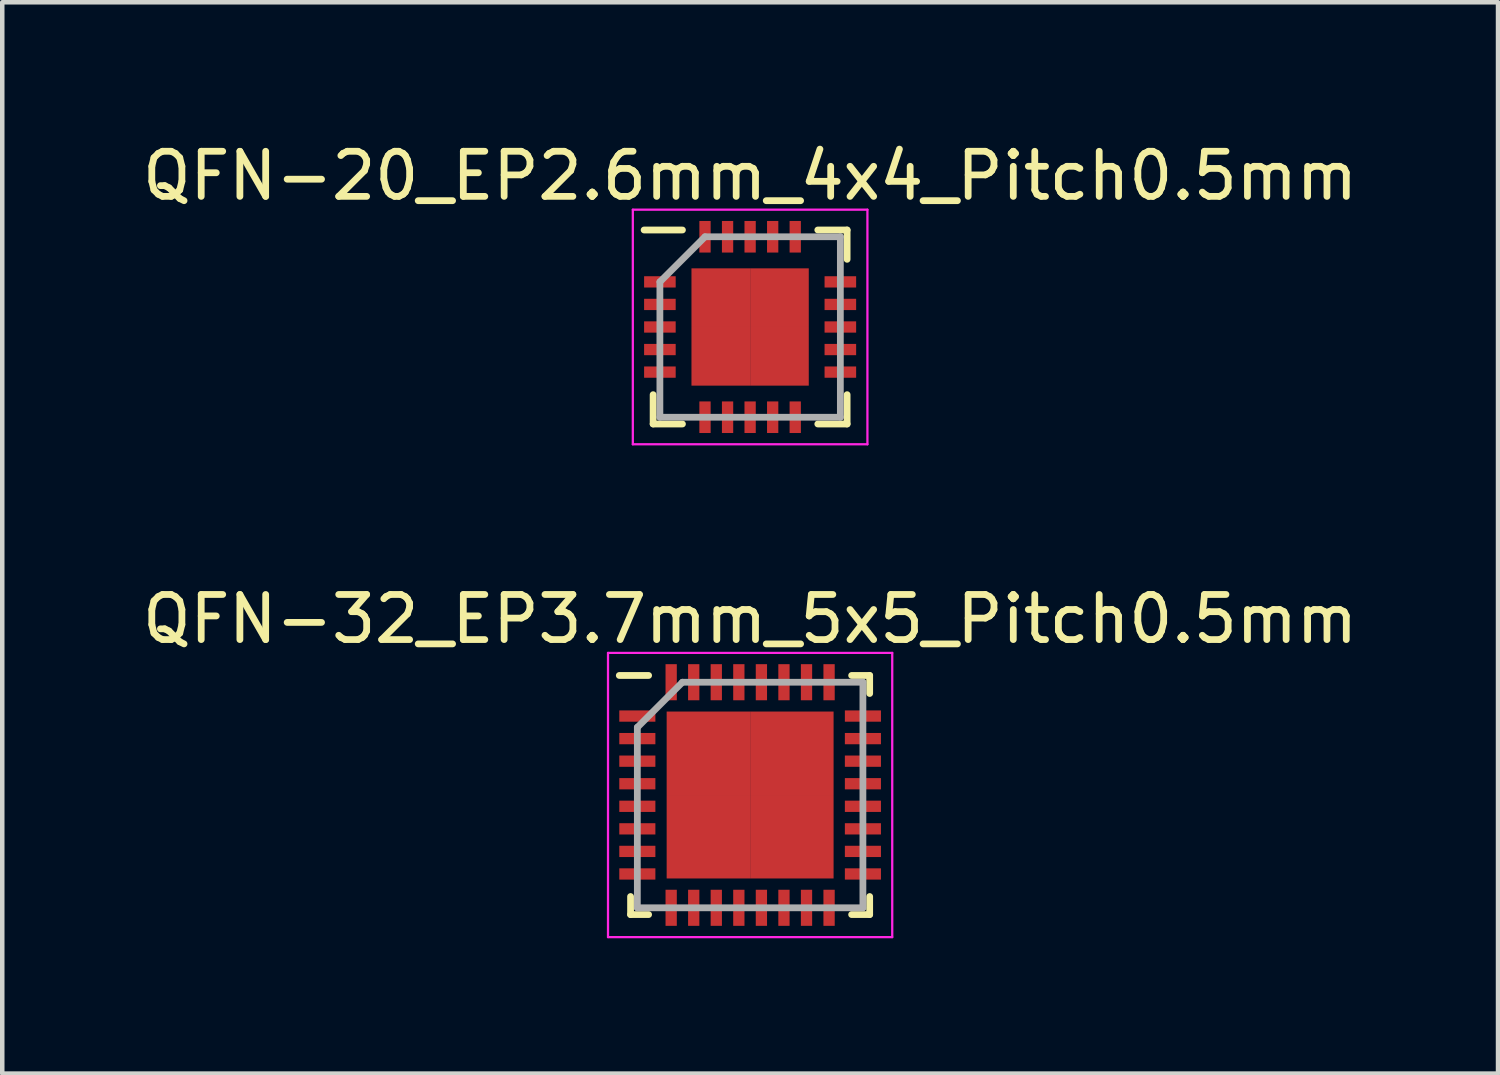
<source format=kicad_pcb>
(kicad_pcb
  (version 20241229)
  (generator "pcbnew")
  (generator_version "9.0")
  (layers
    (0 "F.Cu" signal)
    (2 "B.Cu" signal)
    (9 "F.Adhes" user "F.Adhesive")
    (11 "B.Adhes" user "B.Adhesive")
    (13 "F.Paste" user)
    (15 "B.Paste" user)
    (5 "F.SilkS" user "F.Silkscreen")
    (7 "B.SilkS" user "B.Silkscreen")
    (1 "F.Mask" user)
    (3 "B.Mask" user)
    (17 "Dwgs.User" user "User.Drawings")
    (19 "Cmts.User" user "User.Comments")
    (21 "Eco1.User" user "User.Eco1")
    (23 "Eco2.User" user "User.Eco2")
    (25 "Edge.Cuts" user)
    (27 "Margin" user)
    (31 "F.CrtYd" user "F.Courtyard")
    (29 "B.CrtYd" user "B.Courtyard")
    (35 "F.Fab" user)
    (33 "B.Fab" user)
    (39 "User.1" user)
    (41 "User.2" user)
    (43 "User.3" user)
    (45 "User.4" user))
  (footprint "QFN-32_EP3.7mm_5x5_Pitch0.5mm"
    (layer "F.Cu")
    (at 13.577 14.572)
    (property "Reference" "QFN-32_EP3.7mm_5x5_Pitch0.5mm" (at 0 -3.9 0) (layer "F.SilkS") (effects (font (size 1 1) (thickness 0.15))))
    (attr smd)
    (fp_line (start -2.65 2.65) (end -2.65 2.25) (stroke (width 0.15) (type solid)) (layer "F.SilkS"))
    (fp_line (start -2.25 -2.65) (end -2.9 -2.65) (stroke (width 0.15) (type solid)) (layer "F.SilkS"))
    (fp_line (start -2.25 2.65) (end -2.65 2.65) (stroke (width 0.15) (type solid)) (layer "F.SilkS"))
    (fp_line (start 2.25 -2.65) (end 2.65 -2.65) (stroke (width 0.15) (type solid)) (layer "F.SilkS"))
    (fp_line (start 2.25 2.65) (end 2.65 2.65) (stroke (width 0.15) (type solid)) (layer "F.SilkS"))
    (fp_line (start 2.65 -2.65) (end 2.65 -2.25) (stroke (width 0.15) (type solid)) (layer "F.SilkS"))
    (fp_line (start 2.65 2.65) (end 2.65 2.25) (stroke (width 0.15) (type solid)) (layer "F.SilkS"))
    (fp_line (start -3.15 -3.15) (end 3.15 -3.15) (stroke (width 0.05) (type solid)) (layer "F.CrtYd"))
    (fp_line (start -3.15 3.15) (end -3.15 -3.15) (stroke (width 0.05) (type solid)) (layer "F.CrtYd"))
    (fp_line (start 3.15 -3.15) (end 3.15 3.15) (stroke (width 0.05) (type solid)) (layer "F.CrtYd"))
    (fp_line (start 3.15 3.15) (end -3.15 3.15) (stroke (width 0.05) (type solid)) (layer "F.CrtYd"))
    (fp_line (start -2.5 -1.5) (end -2.5 2.5) (stroke (width 0.15) (type solid)) (layer "F.Fab"))
    (fp_line (start -2.5 2.5) (end 2.5 2.5) (stroke (width 0.15) (type solid)) (layer "F.Fab"))
    (fp_line (start -1.5 -2.5) (end -2.5 -1.5) (stroke (width 0.15) (type solid)) (layer "F.Fab"))
    (fp_line (start 2.5 -2.5) (end -1.5 -2.5) (stroke (width 0.15) (type solid)) (layer "F.Fab"))
    (fp_line (start 2.5 2.5) (end 2.5 -2.5) (stroke (width 0.15) (type solid)) (layer "F.Fab"))
    (pad "1" smd rect (at -2.5 -1.75 90) (size 0.25 0.8) (layers "F.Cu" "F.Mask" "F.Paste"))
    (pad "2" smd rect (at -2.5 -1.25 90) (size 0.25 0.8) (layers "F.Cu" "F.Mask" "F.Paste"))
    (pad "3" smd rect (at -2.5 -0.75 90) (size 0.25 0.8) (layers "F.Cu" "F.Mask" "F.Paste"))
    (pad "4" smd rect (at -2.5 -0.25 90) (size 0.25 0.8) (layers "F.Cu" "F.Mask" "F.Paste"))
    (pad "5" smd rect (at -2.5 0.25 90) (size 0.25 0.8) (layers "F.Cu" "F.Mask" "F.Paste"))
    (pad "6" smd rect (at -2.5 0.75 90) (size 0.25 0.8) (layers "F.Cu" "F.Mask" "F.Paste"))
    (pad "7" smd rect (at -2.5 1.25 90) (size 0.25 0.8) (layers "F.Cu" "F.Mask" "F.Paste"))
    (pad "8" smd rect (at -2.5 1.75 90) (size 0.25 0.8) (layers "F.Cu" "F.Mask" "F.Paste"))
    (pad "9" smd rect (at -1.75 2.5) (size 0.25 0.8) (layers "F.Cu" "F.Mask" "F.Paste"))
    (pad "10" smd rect (at -1.25 2.5) (size 0.25 0.8) (layers "F.Cu" "F.Mask" "F.Paste"))
    (pad "11" smd rect (at -0.75 2.5) (size 0.25 0.8) (layers "F.Cu" "F.Mask" "F.Paste"))
    (pad "12" smd rect (at -0.25 2.5) (size 0.25 0.8) (layers "F.Cu" "F.Mask" "F.Paste"))
    (pad "13" smd rect (at 0.25 2.5) (size 0.25 0.8) (layers "F.Cu" "F.Mask" "F.Paste"))
    (pad "14" smd rect (at 0.75 2.5) (size 0.25 0.8) (layers "F.Cu" "F.Mask" "F.Paste"))
    (pad "15" smd rect (at 1.25 2.5) (size 0.25 0.8) (layers "F.Cu" "F.Mask" "F.Paste"))
    (pad "16" smd rect (at 1.75 2.5) (size 0.25 0.8) (layers "F.Cu" "F.Mask" "F.Paste"))
    (pad "17" smd rect (at 2.5 1.75 90) (size 0.25 0.8) (layers "F.Cu" "F.Mask" "F.Paste"))
    (pad "18" smd rect (at 2.5 1.25 90) (size 0.25 0.8) (layers "F.Cu" "F.Mask" "F.Paste"))
    (pad "19" smd rect (at 2.5 0.75 90) (size 0.25 0.8) (layers "F.Cu" "F.Mask" "F.Paste"))
    (pad "20" smd rect (at 2.5 0.25 90) (size 0.25 0.8) (layers "F.Cu" "F.Mask" "F.Paste"))
    (pad "21" smd rect (at 2.5 -0.25 90) (size 0.25 0.8) (layers "F.Cu" "F.Mask" "F.Paste"))
    (pad "22" smd rect (at 2.5 -0.75 90) (size 0.25 0.8) (layers "F.Cu" "F.Mask" "F.Paste"))
    (pad "23" smd rect (at 2.5 -1.25 90) (size 0.25 0.8) (layers "F.Cu" "F.Mask" "F.Paste"))
    (pad "24" smd rect (at 2.5 -1.75 90) (size 0.25 0.8) (layers "F.Cu" "F.Mask" "F.Paste"))
    (pad "25" smd rect (at 1.75 -2.5) (size 0.25 0.8) (layers "F.Cu" "F.Mask" "F.Paste"))
    (pad "26" smd rect (at 1.25 -2.5) (size 0.25 0.8) (layers "F.Cu" "F.Mask" "F.Paste"))
    (pad "27" smd rect (at 0.75 -2.5) (size 0.25 0.8) (layers "F.Cu" "F.Mask" "F.Paste"))
    (pad "28" smd rect (at 0.25 -2.5) (size 0.25 0.8) (layers "F.Cu" "F.Mask" "F.Paste"))
    (pad "29" smd rect (at -0.25 -2.5) (size 0.25 0.8) (layers "F.Cu" "F.Mask" "F.Paste"))
    (pad "30" smd rect (at -0.75 -2.5) (size 0.25 0.8) (layers "F.Cu" "F.Mask" "F.Paste"))
    (pad "31" smd rect (at -1.25 -2.5) (size 0.25 0.8) (layers "F.Cu" "F.Mask" "F.Paste"))
    (pad "32" smd rect (at -1.75 -2.5) (size 0.25 0.8) (layers "F.Cu" "F.Mask" "F.Paste"))
    (pad "33" smd rect (at -0.925 -0.925) (size 1.85 1.85) (layers "F.Cu" "F.Mask" "F.Paste"))
    (pad "33" smd rect (at -0.925 0.925) (size 1.85 1.85) (layers "F.Cu" "F.Mask" "F.Paste"))
    (pad "33" smd rect (at 0.925 -0.925) (size 1.85 1.85) (layers "F.Cu" "F.Mask" "F.Paste"))
    (pad "33" smd rect (at 0.925 0.925) (size 1.85 1.85) (layers "F.Cu" "F.Mask" "F.Paste")))
  (footprint "QFN-20_EP2.6mm_4x4_Pitch0.5mm"
    (layer "F.Cu")
    (at 13.577 4.198)
    (property "Reference" "QFN-20_EP2.6mm_4x4_Pitch0.5mm" (at 0 -3.35 0) (layer "F.SilkS") (effects (font (size 1 1) (thickness 0.15))))
    (attr smd)
    (fp_line (start -2.15 2.15) (end -2.15 1.5) (stroke (width 0.15) (type solid)) (layer "F.SilkS"))
    (fp_line (start -1.5 -2.15) (end -2.35 -2.15) (stroke (width 0.15) (type solid)) (layer "F.SilkS"))
    (fp_line (start -1.5 2.15) (end -2.15 2.15) (stroke (width 0.15) (type solid)) (layer "F.SilkS"))
    (fp_line (start 1.5 -2.15) (end 2.15 -2.15) (stroke (width 0.15) (type solid)) (layer "F.SilkS"))
    (fp_line (start 1.5 2.15) (end 2.15 2.15) (stroke (width 0.15) (type solid)) (layer "F.SilkS"))
    (fp_line (start 2.15 -2.15) (end 2.15 -1.5) (stroke (width 0.15) (type solid)) (layer "F.SilkS"))
    (fp_line (start 2.15 2.15) (end 2.15 1.5) (stroke (width 0.15) (type solid)) (layer "F.SilkS"))
    (fp_line (start -2.6 -2.6) (end 2.6 -2.6) (stroke (width 0.05) (type solid)) (layer "F.CrtYd"))
    (fp_line (start -2.6 2.6) (end -2.6 -2.6) (stroke (width 0.05) (type solid)) (layer "F.CrtYd"))
    (fp_line (start 2.6 -2.6) (end 2.6 2.6) (stroke (width 0.05) (type solid)) (layer "F.CrtYd"))
    (fp_line (start 2.6 2.6) (end -2.6 2.6) (stroke (width 0.05) (type solid)) (layer "F.CrtYd"))
    (fp_line (start -2 -1) (end -2 2) (stroke (width 0.15) (type solid)) (layer "F.Fab"))
    (fp_line (start -2 2) (end 2 2) (stroke (width 0.15) (type solid)) (layer "F.Fab"))
    (fp_line (start -1 -2) (end -2 -1) (stroke (width 0.15) (type solid)) (layer "F.Fab"))
    (fp_line (start 2 -2) (end -1 -2) (stroke (width 0.15) (type solid)) (layer "F.Fab"))
    (fp_line (start 2 2) (end 2 -2) (stroke (width 0.15) (type solid)) (layer "F.Fab"))
    (pad "1" smd rect (at -2 -1 90) (size 0.25 0.7) (layers "F.Cu" "F.Mask" "F.Paste"))
    (pad "2" smd rect (at -2 -0.5 90) (size 0.25 0.7) (layers "F.Cu" "F.Mask" "F.Paste"))
    (pad "3" smd rect (at -2 0 90) (size 0.25 0.7) (layers "F.Cu" "F.Mask" "F.Paste"))
    (pad "4" smd rect (at -2 0.5 90) (size 0.25 0.7) (layers "F.Cu" "F.Mask" "F.Paste"))
    (pad "5" smd rect (at -2 1 90) (size 0.25 0.7) (layers "F.Cu" "F.Mask" "F.Paste"))
    (pad "6" smd rect (at -1 2) (size 0.25 0.7) (layers "F.Cu" "F.Mask" "F.Paste"))
    (pad "7" smd rect (at -0.5 2) (size 0.25 0.7) (layers "F.Cu" "F.Mask" "F.Paste"))
    (pad "8" smd rect (at 0 2) (size 0.25 0.7) (layers "F.Cu" "F.Mask" "F.Paste"))
    (pad "9" smd rect (at 0.5 2) (size 0.25 0.7) (layers "F.Cu" "F.Mask" "F.Paste"))
    (pad "10" smd rect (at 1 2) (size 0.25 0.7) (layers "F.Cu" "F.Mask" "F.Paste"))
    (pad "11" smd rect (at 2 1 90) (size 0.25 0.7) (layers "F.Cu" "F.Mask" "F.Paste"))
    (pad "12" smd rect (at 2 0.5 90) (size 0.25 0.7) (layers "F.Cu" "F.Mask" "F.Paste"))
    (pad "13" smd rect (at 2 0 90) (size 0.25 0.7) (layers "F.Cu" "F.Mask" "F.Paste"))
    (pad "14" smd rect (at 2 -0.5 90) (size 0.25 0.7) (layers "F.Cu" "F.Mask" "F.Paste"))
    (pad "15" smd rect (at 2 -1 90) (size 0.25 0.7) (layers "F.Cu" "F.Mask" "F.Paste"))
    (pad "16" smd rect (at 1 -2) (size 0.25 0.7) (layers "F.Cu" "F.Mask" "F.Paste"))
    (pad "17" smd rect (at 0.5 -2) (size 0.25 0.7) (layers "F.Cu" "F.Mask" "F.Paste"))
    (pad "18" smd rect (at 0 -2) (size 0.25 0.7) (layers "F.Cu" "F.Mask" "F.Paste"))
    (pad "19" smd rect (at -0.5 -2) (size 0.25 0.7) (layers "F.Cu" "F.Mask" "F.Paste"))
    (pad "20" smd rect (at -1 -2) (size 0.25 0.7) (layers "F.Cu" "F.Mask" "F.Paste"))
    (pad "21" smd rect (at -0.65 -0.65) (size 1.3 1.3) (layers "F.Cu" "F.Mask" "F.Paste"))
    (pad "21" smd rect (at -0.65 0.65) (size 1.3 1.3) (layers "F.Cu" "F.Mask" "F.Paste"))
    (pad "21" smd rect (at 0.65 -0.65) (size 1.3 1.3) (layers "F.Cu" "F.Mask" "F.Paste"))
    (pad "21" smd rect (at 0.65 0.65) (size 1.3 1.3) (layers "F.Cu" "F.Mask" "F.Paste")))
  (gr_rect
    (start -3 -3)
    (end 30.155 20.747)
    (stroke (width 0.1) (type default))
    (fill no)
    (layer "Edge.Cuts")))
</source>
